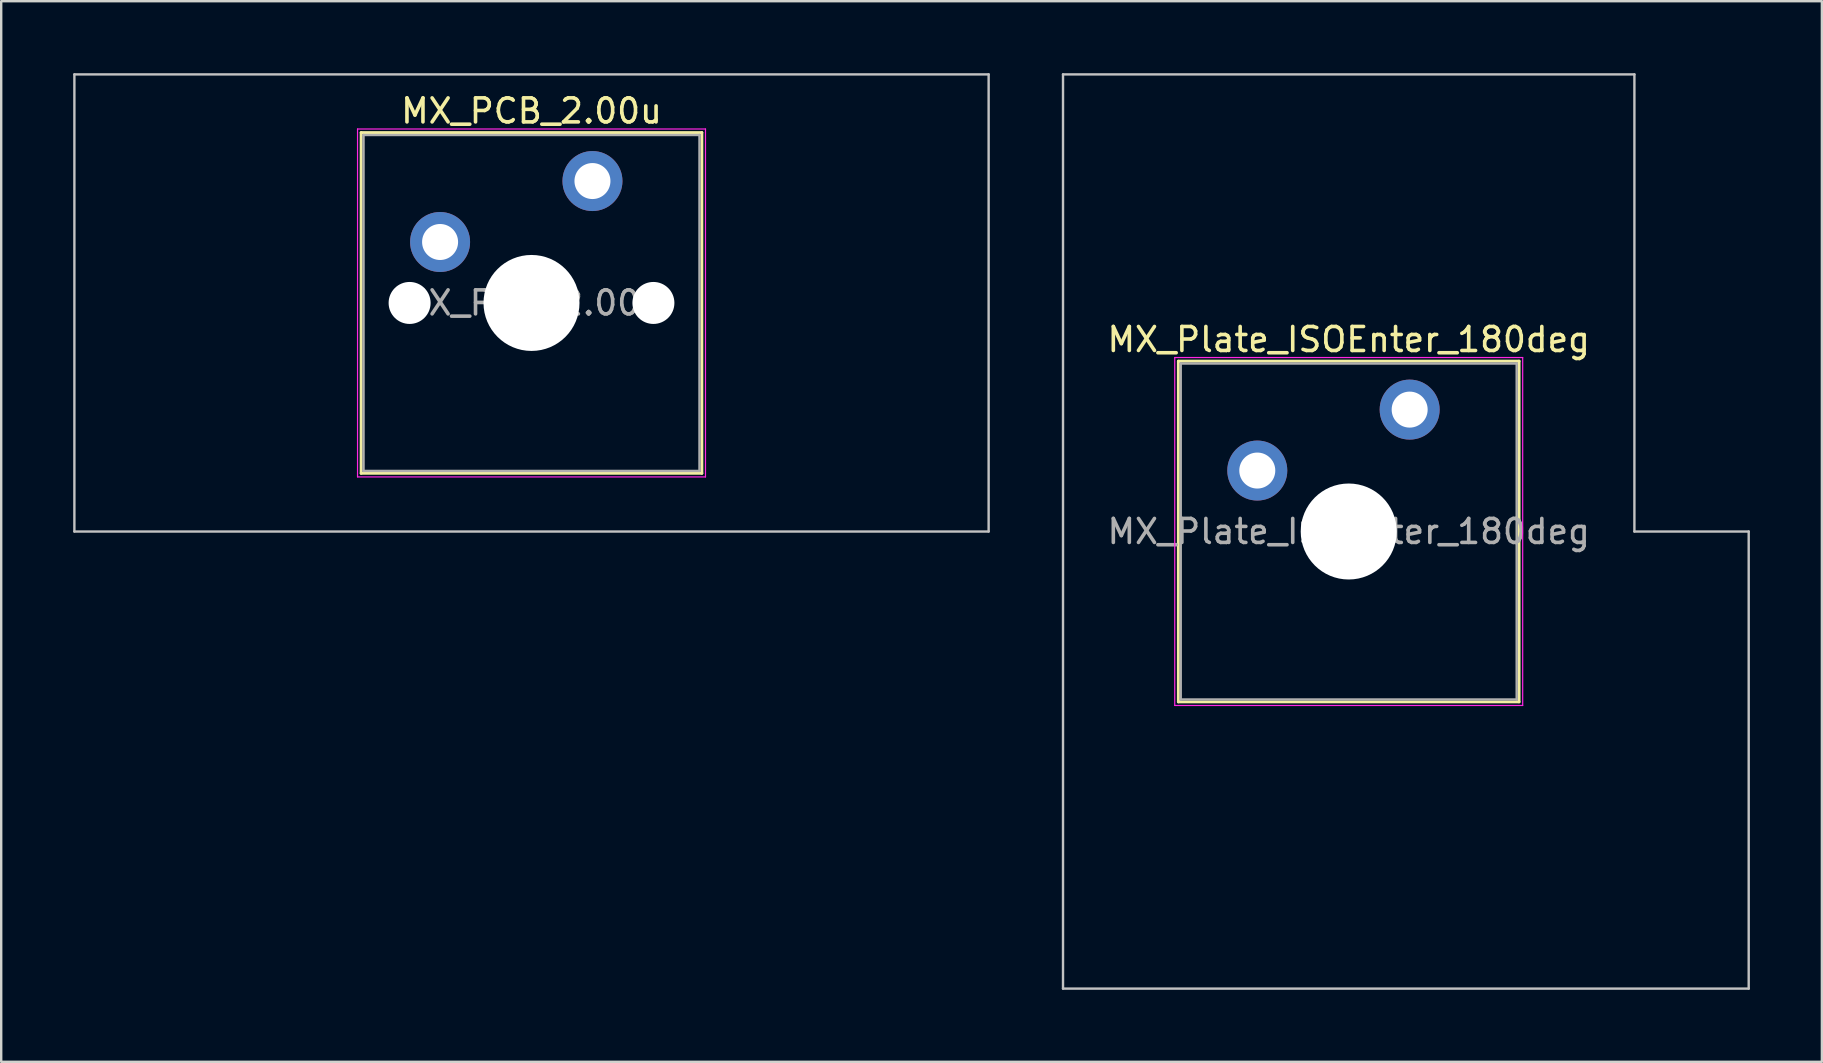
<source format=kicad_pcb>
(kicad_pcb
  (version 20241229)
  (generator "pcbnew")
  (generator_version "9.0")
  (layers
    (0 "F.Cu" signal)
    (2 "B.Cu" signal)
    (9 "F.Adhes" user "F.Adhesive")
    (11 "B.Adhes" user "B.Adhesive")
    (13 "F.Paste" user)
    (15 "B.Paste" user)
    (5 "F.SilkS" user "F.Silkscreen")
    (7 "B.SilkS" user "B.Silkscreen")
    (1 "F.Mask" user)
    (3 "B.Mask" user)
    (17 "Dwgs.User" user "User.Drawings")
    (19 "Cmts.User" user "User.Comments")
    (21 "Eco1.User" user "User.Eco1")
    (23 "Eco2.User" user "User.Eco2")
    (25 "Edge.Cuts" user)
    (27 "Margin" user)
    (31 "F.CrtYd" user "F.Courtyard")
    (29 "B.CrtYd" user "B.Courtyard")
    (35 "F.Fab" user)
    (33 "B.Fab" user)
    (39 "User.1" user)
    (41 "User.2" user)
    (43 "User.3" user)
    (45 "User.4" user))
  (footprint "MX_Plate_ISOEnter_180deg"
    (layer "F.Cu")
    (at 53.156 19.1)
    (property "Reference" "MX_Plate_ISOEnter_180deg" (at 0 -8 0) (layer "F.SilkS") (effects (font (size 1 1) (thickness 0.15))))
    (attr through_hole)
    (fp_line (start -7.1 -7.1) (end -7.1 7.1) (stroke (width 0.12) (type solid)) (layer "F.SilkS"))
    (fp_line (start -7.1 7.1) (end 7.1 7.1) (stroke (width 0.12) (type solid)) (layer "F.SilkS"))
    (fp_line (start 7.1 -7.1) (end -7.1 -7.1) (stroke (width 0.12) (type solid)) (layer "F.SilkS"))
    (fp_line (start 7.1 7.1) (end 7.1 -7.1) (stroke (width 0.12) (type solid)) (layer "F.SilkS"))
    (fp_line (start -11.906 -19.05) (end -11.906 19.05) (stroke (width 0.1) (type solid)) (layer "Dwgs.User"))
    (fp_line (start -11.906 19.05) (end 16.669 19.05) (stroke (width 0.1) (type solid)) (layer "Dwgs.User"))
    (fp_line (start 11.906 -19.05) (end -11.906 -19.05) (stroke (width 0.1) (type solid)) (layer "Dwgs.User"))
    (fp_line (start 11.906 0) (end 11.906 -19.05) (stroke (width 0.1) (type solid)) (layer "Dwgs.User"))
    (fp_line (start 16.669 0) (end 11.906 0) (stroke (width 0.1) (type solid)) (layer "Dwgs.User"))
    (fp_line (start 16.669 19.05) (end 16.669 0) (stroke (width 0.1) (type solid)) (layer "Dwgs.User"))
    (fp_line (start -7 -7) (end -7 7) (stroke (width 0.1) (type solid)) (layer "Eco1.User"))
    (fp_line (start -7 7) (end 7 7) (stroke (width 0.1) (type solid)) (layer "Eco1.User"))
    (fp_line (start 7 -7) (end -7 -7) (stroke (width 0.1) (type solid)) (layer "Eco1.User"))
    (fp_line (start 7 7) (end 7 -7) (stroke (width 0.1) (type solid)) (layer "Eco1.User"))
    (fp_line (start -7.25 -7.25) (end -7.25 7.25) (stroke (width 0.05) (type solid)) (layer "F.CrtYd"))
    (fp_line (start -7.25 7.25) (end 7.25 7.25) (stroke (width 0.05) (type solid)) (layer "F.CrtYd"))
    (fp_line (start 7.25 -7.25) (end -7.25 -7.25) (stroke (width 0.05) (type solid)) (layer "F.CrtYd"))
    (fp_line (start 7.25 7.25) (end 7.25 -7.25) (stroke (width 0.05) (type solid)) (layer "F.CrtYd"))
    (fp_line (start -7 -7) (end -7 7) (stroke (width 0.1) (type solid)) (layer "F.Fab"))
    (fp_line (start -7 7) (end 7 7) (stroke (width 0.1) (type solid)) (layer "F.Fab"))
    (fp_line (start 7 -7) (end -7 -7) (stroke (width 0.1) (type solid)) (layer "F.Fab"))
    (fp_line (start 7 7) (end 7 -7) (stroke (width 0.1) (type solid)) (layer "F.Fab"))
    (fp_text user "${REFERENCE}" (at 0 0 0) (layer "F.Fab") (effects (font (size 1 1) (thickness 0.15))))
    (pad "" np_thru_hole circle (at 0 0) (size 4 4) (drill 4) (layers "*.Cu" "*.Mask"))
    (pad "1" thru_hole circle (at -3.81 -2.54) (size 2.5 2.5) (drill 1.5) (layers "*.Cu" "*.Mask"))
    (pad "2" thru_hole circle (at 2.54 -5.08) (size 2.5 2.5) (drill 1.5) (layers "*.Cu" "*.Mask")))
  (footprint "MX_PCB_2.00u"
    (layer "F.Cu")
    (at 19.1 9.575)
    (property "Reference" "MX_PCB_2.00u" (at 0 -8 0) (layer "F.SilkS") (effects (font (size 1 1) (thickness 0.15))))
    (attr through_hole)
    (fp_line (start -7.1 -7.1) (end -7.1 7.1) (stroke (width 0.12) (type solid)) (layer "F.SilkS"))
    (fp_line (start -7.1 7.1) (end 7.1 7.1) (stroke (width 0.12) (type solid)) (layer "F.SilkS"))
    (fp_line (start 7.1 -7.1) (end -7.1 -7.1) (stroke (width 0.12) (type solid)) (layer "F.SilkS"))
    (fp_line (start 7.1 7.1) (end 7.1 -7.1) (stroke (width 0.12) (type solid)) (layer "F.SilkS"))
    (fp_line (start -19.05 -9.525) (end -19.05 9.525) (stroke (width 0.1) (type solid)) (layer "Dwgs.User"))
    (fp_line (start -19.05 9.525) (end 19.05 9.525) (stroke (width 0.1) (type solid)) (layer "Dwgs.User"))
    (fp_line (start 19.05 -9.525) (end -19.05 -9.525) (stroke (width 0.1) (type solid)) (layer "Dwgs.User"))
    (fp_line (start 19.05 9.525) (end 19.05 -9.525) (stroke (width 0.1) (type solid)) (layer "Dwgs.User"))
    (fp_line (start -7 -7) (end -7 7) (stroke (width 0.1) (type solid)) (layer "Eco1.User"))
    (fp_line (start -7 7) (end 7 7) (stroke (width 0.1) (type solid)) (layer "Eco1.User"))
    (fp_line (start 7 -7) (end -7 -7) (stroke (width 0.1) (type solid)) (layer "Eco1.User"))
    (fp_line (start 7 7) (end 7 -7) (stroke (width 0.1) (type solid)) (layer "Eco1.User"))
    (fp_line (start -7.25 -7.25) (end -7.25 7.25) (stroke (width 0.05) (type solid)) (layer "F.CrtYd"))
    (fp_line (start -7.25 7.25) (end 7.25 7.25) (stroke (width 0.05) (type solid)) (layer "F.CrtYd"))
    (fp_line (start 7.25 -7.25) (end -7.25 -7.25) (stroke (width 0.05) (type solid)) (layer "F.CrtYd"))
    (fp_line (start 7.25 7.25) (end 7.25 -7.25) (stroke (width 0.05) (type solid)) (layer "F.CrtYd"))
    (fp_line (start -7 -7) (end -7 7) (stroke (width 0.1) (type solid)) (layer "F.Fab"))
    (fp_line (start -7 7) (end 7 7) (stroke (width 0.1) (type solid)) (layer "F.Fab"))
    (fp_line (start 7 -7) (end -7 -7) (stroke (width 0.1) (type solid)) (layer "F.Fab"))
    (fp_line (start 7 7) (end 7 -7) (stroke (width 0.1) (type solid)) (layer "F.Fab"))
    (fp_text user "${REFERENCE}" (at 0 0 0) (layer "F.Fab") (effects (font (size 1 1) (thickness 0.15))))
    (pad "" np_thru_hole circle (at -5.08 0) (size 1.75 1.75) (drill 1.75) (layers "*.Cu" "*.Mask"))
    (pad "" np_thru_hole circle (at 0 0) (size 4 4) (drill 4) (layers "*.Cu" "*.Mask"))
    (pad "" np_thru_hole circle (at 5.08 0) (size 1.75 1.75) (drill 1.75) (layers "*.Cu" "*.Mask"))
    (pad "1" thru_hole circle (at -3.81 -2.54) (size 2.5 2.5) (drill 1.5) (layers "*.Cu" "*.Mask"))
    (pad "2" thru_hole circle (at 2.54 -5.08) (size 2.5 2.5) (drill 1.5) (layers "*.Cu" "*.Mask")))
  (gr_rect
    (start -3 -3)
    (end 72.875 41.2)
    (stroke (width 0.1) (type default))
    (fill no)
    (layer "Edge.Cuts")))
</source>
